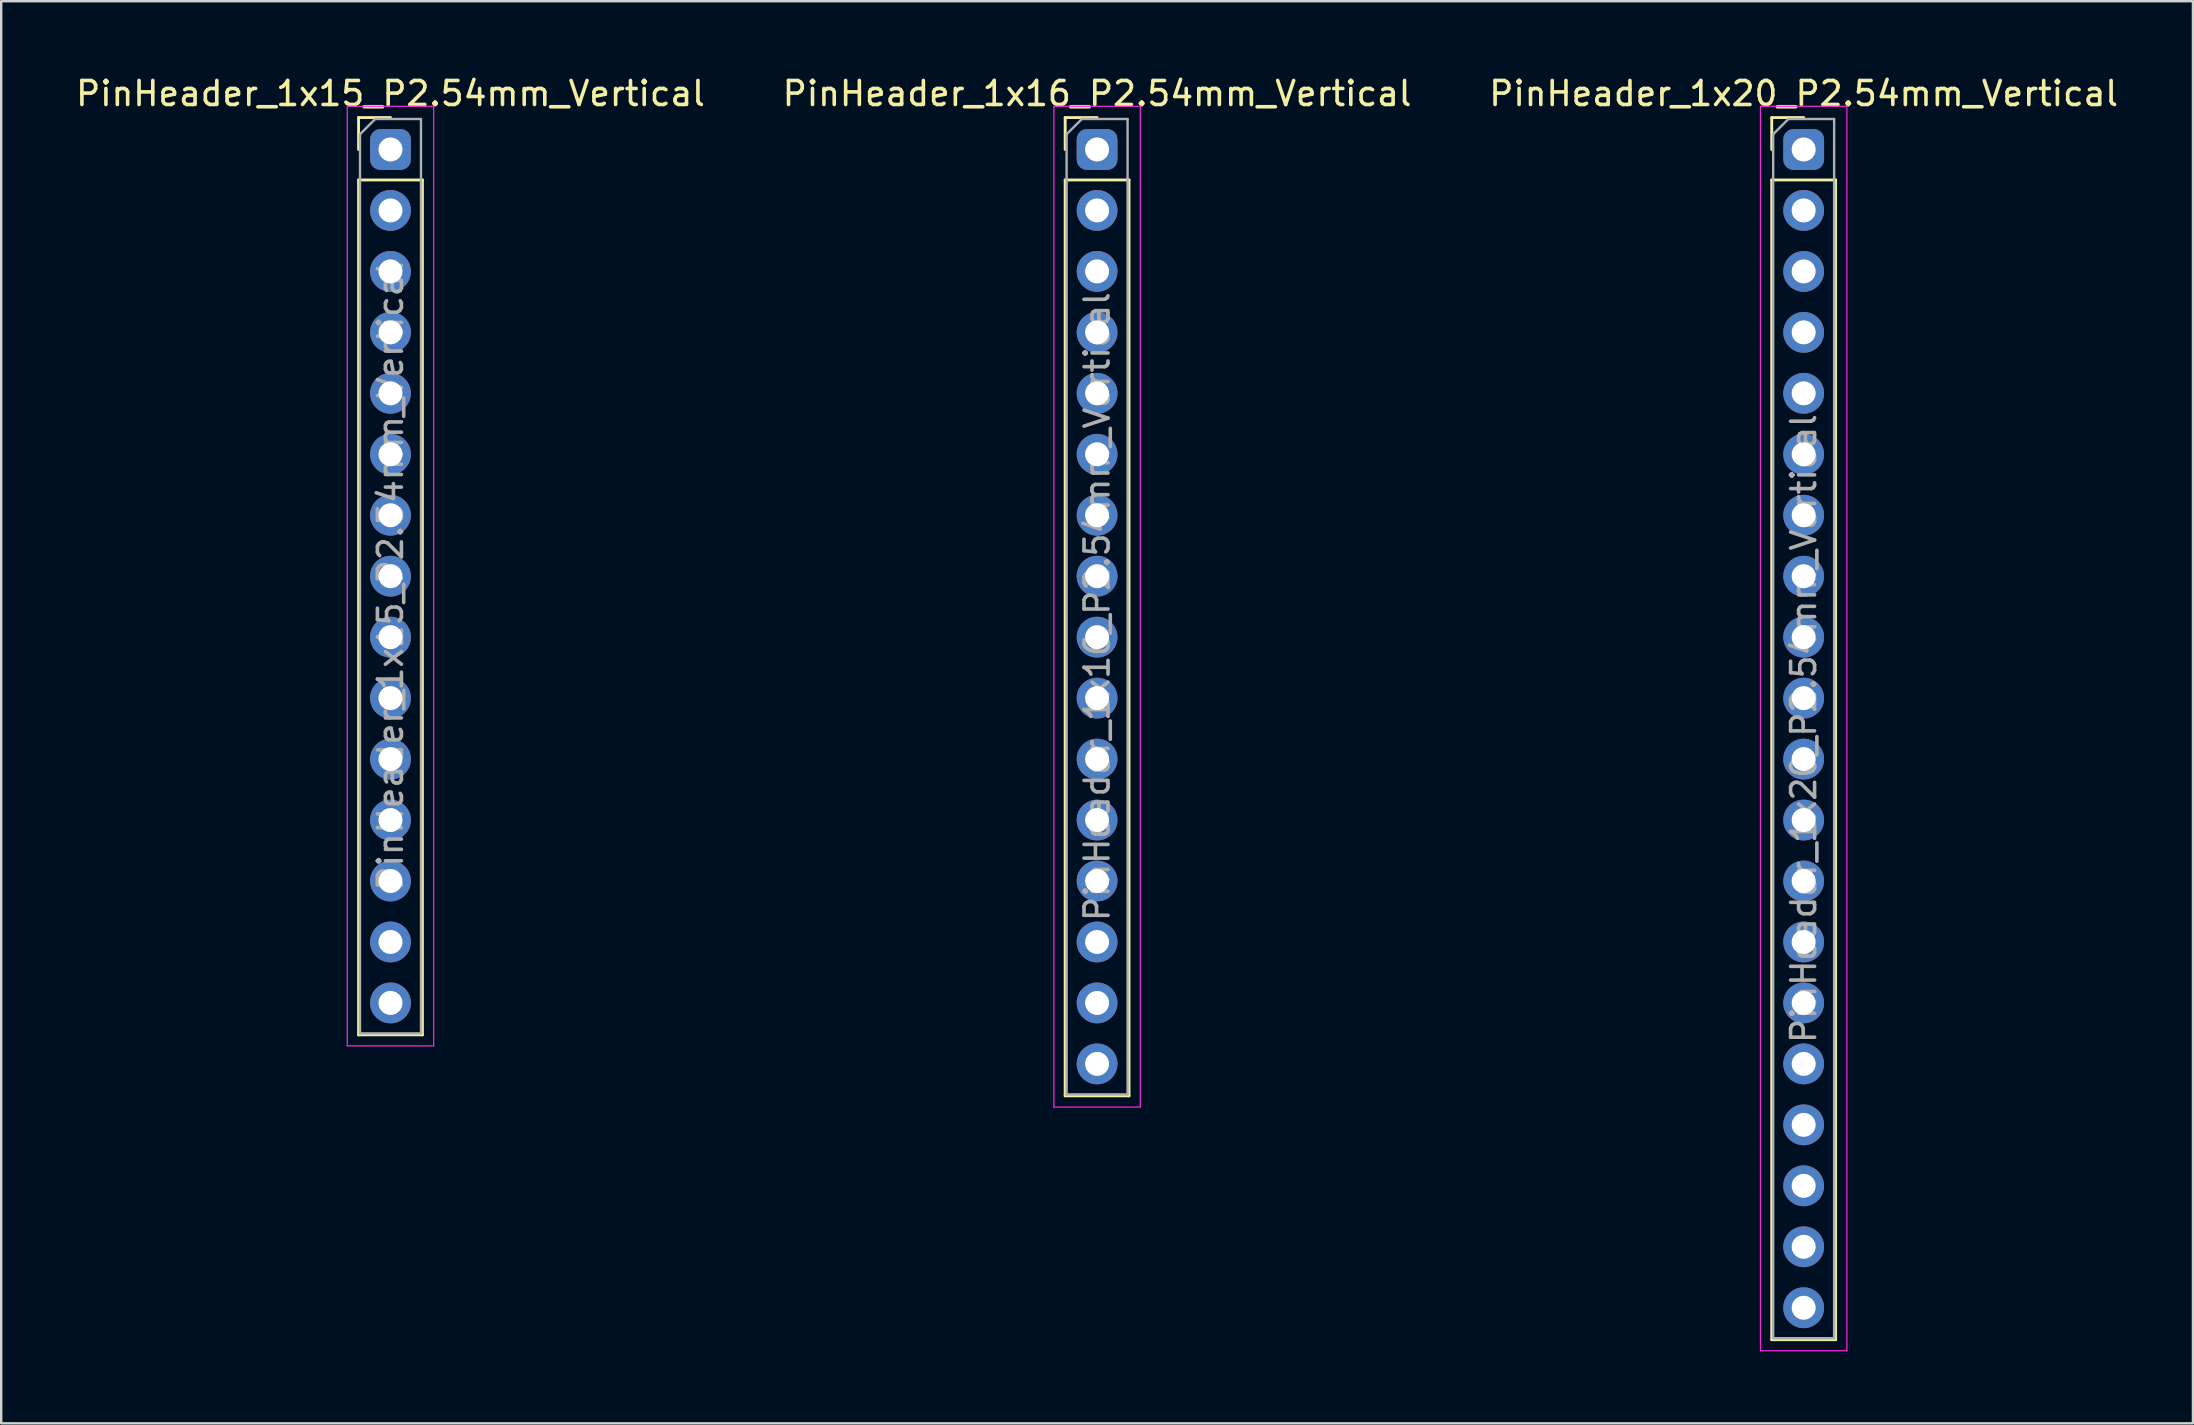
<source format=kicad_pcb>
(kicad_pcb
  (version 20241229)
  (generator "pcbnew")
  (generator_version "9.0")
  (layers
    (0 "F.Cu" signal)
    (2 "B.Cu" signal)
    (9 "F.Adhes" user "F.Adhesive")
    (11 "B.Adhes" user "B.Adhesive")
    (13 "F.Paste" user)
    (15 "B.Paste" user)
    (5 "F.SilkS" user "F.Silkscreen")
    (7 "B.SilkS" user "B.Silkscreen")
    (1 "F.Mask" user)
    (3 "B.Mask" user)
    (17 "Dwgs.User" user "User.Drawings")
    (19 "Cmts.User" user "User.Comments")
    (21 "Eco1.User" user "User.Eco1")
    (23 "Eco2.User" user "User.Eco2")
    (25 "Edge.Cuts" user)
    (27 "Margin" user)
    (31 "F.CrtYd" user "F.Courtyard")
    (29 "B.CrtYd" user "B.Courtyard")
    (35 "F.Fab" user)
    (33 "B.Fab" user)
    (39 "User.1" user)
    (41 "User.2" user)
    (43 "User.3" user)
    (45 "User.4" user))
  (footprint "PinHeader_1x20_P2.54mm_Vertical"
    (layer "F.Cu")
    (at 72.101 3.178)
    (property "Reference" "PinHeader_1x20_P2.54mm_Vertical" (at 0 -2.33 0) (layer "F.SilkS") (effects (font (size 1 1) (thickness 0.15))))
    (attr through_hole)
    (fp_line (start -1.33 -1.33) (end 0 -1.33) (stroke (width 0.12) (type solid)) (layer "F.SilkS"))
    (fp_line (start -1.33 0) (end -1.33 -1.33) (stroke (width 0.12) (type solid)) (layer "F.SilkS"))
    (fp_line (start -1.33 1.27) (end -1.33 49.59) (stroke (width 0.12) (type solid)) (layer "F.SilkS"))
    (fp_line (start -1.33 1.27) (end 1.33 1.27) (stroke (width 0.12) (type solid)) (layer "F.SilkS"))
    (fp_line (start -1.33 49.59) (end 1.33 49.59) (stroke (width 0.12) (type solid)) (layer "F.SilkS"))
    (fp_line (start 1.33 1.27) (end 1.33 49.59) (stroke (width 0.12) (type solid)) (layer "F.SilkS"))
    (fp_line (start -1.8 -1.8) (end -1.8 50.05) (stroke (width 0.05) (type solid)) (layer "F.CrtYd"))
    (fp_line (start -1.8 50.05) (end 1.8 50.05) (stroke (width 0.05) (type solid)) (layer "F.CrtYd"))
    (fp_line (start 1.8 -1.8) (end -1.8 -1.8) (stroke (width 0.05) (type solid)) (layer "F.CrtYd"))
    (fp_line (start 1.8 50.05) (end 1.8 -1.8) (stroke (width 0.05) (type solid)) (layer "F.CrtYd"))
    (fp_line (start -1.27 -0.635) (end -0.635 -1.27) (stroke (width 0.1) (type solid)) (layer "F.Fab"))
    (fp_line (start -1.27 49.53) (end -1.27 -0.635) (stroke (width 0.1) (type solid)) (layer "F.Fab"))
    (fp_line (start -0.635 -1.27) (end 1.27 -1.27) (stroke (width 0.1) (type solid)) (layer "F.Fab"))
    (fp_line (start 1.27 -1.27) (end 1.27 49.53) (stroke (width 0.1) (type solid)) (layer "F.Fab"))
    (fp_line (start 1.27 49.53) (end -1.27 49.53) (stroke (width 0.1) (type solid)) (layer "F.Fab"))
    (fp_text user "${REFERENCE}" (at 0 24.13 90) (layer "F.Fab") (effects (font (size 1 1) (thickness 0.15))))
    (pad "1" thru_hole roundrect (at 0 0) (size 1.7 1.7) (drill 1) (layers "*.Cu" "*.Mask") (roundrect_rratio 0.25))
    (pad "2" thru_hole oval (at 0 2.54) (size 1.7 1.7) (drill 1) (layers "*.Cu" "*.Mask"))
    (pad "3" thru_hole oval (at 0 5.08) (size 1.7 1.7) (drill 1) (layers "*.Cu" "*.Mask"))
    (pad "4" thru_hole oval (at 0 7.62) (size 1.7 1.7) (drill 1) (layers "*.Cu" "*.Mask"))
    (pad "5" thru_hole oval (at 0 10.16) (size 1.7 1.7) (drill 1) (layers "*.Cu" "*.Mask"))
    (pad "6" thru_hole oval (at 0 12.7) (size 1.7 1.7) (drill 1) (layers "*.Cu" "*.Mask"))
    (pad "7" thru_hole oval (at 0 15.24) (size 1.7 1.7) (drill 1) (layers "*.Cu" "*.Mask"))
    (pad "8" thru_hole oval (at 0 17.78) (size 1.7 1.7) (drill 1) (layers "*.Cu" "*.Mask"))
    (pad "9" thru_hole oval (at 0 20.32) (size 1.7 1.7) (drill 1) (layers "*.Cu" "*.Mask"))
    (pad "10" thru_hole oval (at 0 22.86) (size 1.7 1.7) (drill 1) (layers "*.Cu" "*.Mask"))
    (pad "11" thru_hole oval (at 0 25.4) (size 1.7 1.7) (drill 1) (layers "*.Cu" "*.Mask"))
    (pad "12" thru_hole oval (at 0 27.94) (size 1.7 1.7) (drill 1) (layers "*.Cu" "*.Mask"))
    (pad "13" thru_hole oval (at 0 30.48) (size 1.7 1.7) (drill 1) (layers "*.Cu" "*.Mask"))
    (pad "14" thru_hole oval (at 0 33.02) (size 1.7 1.7) (drill 1) (layers "*.Cu" "*.Mask"))
    (pad "15" thru_hole oval (at 0 35.56) (size 1.7 1.7) (drill 1) (layers "*.Cu" "*.Mask"))
    (pad "16" thru_hole oval (at 0 38.1) (size 1.7 1.7) (drill 1) (layers "*.Cu" "*.Mask"))
    (pad "17" thru_hole oval (at 0 40.64) (size 1.7 1.7) (drill 1) (layers "*.Cu" "*.Mask"))
    (pad "18" thru_hole oval (at 0 43.18) (size 1.7 1.7) (drill 1) (layers "*.Cu" "*.Mask"))
    (pad "19" thru_hole oval (at 0 45.72) (size 1.7 1.7) (drill 1) (layers "*.Cu" "*.Mask"))
    (pad "20" thru_hole oval (at 0 48.26) (size 1.7 1.7) (drill 1) (layers "*.Cu" "*.Mask")))
  (footprint "PinHeader_1x15_P2.54mm_Vertical"
    (layer "F.Cu")
    (at 13.22 3.178)
    (property "Reference" "PinHeader_1x15_P2.54mm_Vertical" (at 0 -2.33 0) (layer "F.SilkS") (effects (font (size 1 1) (thickness 0.15))))
    (attr through_hole)
    (fp_line (start -1.33 -1.33) (end 0 -1.33) (stroke (width 0.12) (type solid)) (layer "F.SilkS"))
    (fp_line (start -1.33 0) (end -1.33 -1.33) (stroke (width 0.12) (type solid)) (layer "F.SilkS"))
    (fp_line (start -1.33 1.27) (end -1.33 36.89) (stroke (width 0.12) (type solid)) (layer "F.SilkS"))
    (fp_line (start -1.33 1.27) (end 1.33 1.27) (stroke (width 0.12) (type solid)) (layer "F.SilkS"))
    (fp_line (start -1.33 36.89) (end 1.33 36.89) (stroke (width 0.12) (type solid)) (layer "F.SilkS"))
    (fp_line (start 1.33 1.27) (end 1.33 36.89) (stroke (width 0.12) (type solid)) (layer "F.SilkS"))
    (fp_line (start -1.8 -1.8) (end -1.8 37.35) (stroke (width 0.05) (type solid)) (layer "F.CrtYd"))
    (fp_line (start -1.8 37.35) (end 1.8 37.35) (stroke (width 0.05) (type solid)) (layer "F.CrtYd"))
    (fp_line (start 1.8 -1.8) (end -1.8 -1.8) (stroke (width 0.05) (type solid)) (layer "F.CrtYd"))
    (fp_line (start 1.8 37.35) (end 1.8 -1.8) (stroke (width 0.05) (type solid)) (layer "F.CrtYd"))
    (fp_line (start -1.27 -0.635) (end -0.635 -1.27) (stroke (width 0.1) (type solid)) (layer "F.Fab"))
    (fp_line (start -1.27 36.83) (end -1.27 -0.635) (stroke (width 0.1) (type solid)) (layer "F.Fab"))
    (fp_line (start -0.635 -1.27) (end 1.27 -1.27) (stroke (width 0.1) (type solid)) (layer "F.Fab"))
    (fp_line (start 1.27 -1.27) (end 1.27 36.83) (stroke (width 0.1) (type solid)) (layer "F.Fab"))
    (fp_line (start 1.27 36.83) (end -1.27 36.83) (stroke (width 0.1) (type solid)) (layer "F.Fab"))
    (fp_text user "${REFERENCE}" (at 0 17.78 90) (layer "F.Fab") (effects (font (size 1 1) (thickness 0.15))))
    (pad "1" thru_hole roundrect (at 0 0) (size 1.7 1.7) (drill 1) (layers "*.Cu" "*.Mask") (roundrect_rratio 0.25))
    (pad "2" thru_hole oval (at 0 2.54) (size 1.7 1.7) (drill 1) (layers "*.Cu" "*.Mask"))
    (pad "3" thru_hole oval (at 0 5.08) (size 1.7 1.7) (drill 1) (layers "*.Cu" "*.Mask"))
    (pad "4" thru_hole oval (at 0 7.62) (size 1.7 1.7) (drill 1) (layers "*.Cu" "*.Mask"))
    (pad "5" thru_hole oval (at 0 10.16) (size 1.7 1.7) (drill 1) (layers "*.Cu" "*.Mask"))
    (pad "6" thru_hole oval (at 0 12.7) (size 1.7 1.7) (drill 1) (layers "*.Cu" "*.Mask"))
    (pad "7" thru_hole oval (at 0 15.24) (size 1.7 1.7) (drill 1) (layers "*.Cu" "*.Mask"))
    (pad "8" thru_hole oval (at 0 17.78) (size 1.7 1.7) (drill 1) (layers "*.Cu" "*.Mask"))
    (pad "9" thru_hole oval (at 0 20.32) (size 1.7 1.7) (drill 1) (layers "*.Cu" "*.Mask"))
    (pad "10" thru_hole oval (at 0 22.86) (size 1.7 1.7) (drill 1) (layers "*.Cu" "*.Mask"))
    (pad "11" thru_hole oval (at 0 25.4) (size 1.7 1.7) (drill 1) (layers "*.Cu" "*.Mask"))
    (pad "12" thru_hole oval (at 0 27.94) (size 1.7 1.7) (drill 1) (layers "*.Cu" "*.Mask"))
    (pad "13" thru_hole oval (at 0 30.48) (size 1.7 1.7) (drill 1) (layers "*.Cu" "*.Mask"))
    (pad "14" thru_hole oval (at 0 33.02) (size 1.7 1.7) (drill 1) (layers "*.Cu" "*.Mask"))
    (pad "15" thru_hole oval (at 0 35.56) (size 1.7 1.7) (drill 1) (layers "*.Cu" "*.Mask")))
  (footprint "PinHeader_1x16_P2.54mm_Vertical"
    (layer "F.Cu")
    (at 42.661 3.178)
    (property "Reference" "PinHeader_1x16_P2.54mm_Vertical" (at 0 -2.33 0) (layer "F.SilkS") (effects (font (size 1 1) (thickness 0.15))))
    (attr through_hole)
    (fp_line (start -1.33 -1.33) (end 0 -1.33) (stroke (width 0.12) (type solid)) (layer "F.SilkS"))
    (fp_line (start -1.33 0) (end -1.33 -1.33) (stroke (width 0.12) (type solid)) (layer "F.SilkS"))
    (fp_line (start -1.33 1.27) (end -1.33 39.43) (stroke (width 0.12) (type solid)) (layer "F.SilkS"))
    (fp_line (start -1.33 1.27) (end 1.33 1.27) (stroke (width 0.12) (type solid)) (layer "F.SilkS"))
    (fp_line (start -1.33 39.43) (end 1.33 39.43) (stroke (width 0.12) (type solid)) (layer "F.SilkS"))
    (fp_line (start 1.33 1.27) (end 1.33 39.43) (stroke (width 0.12) (type solid)) (layer "F.SilkS"))
    (fp_line (start -1.8 -1.8) (end -1.8 39.9) (stroke (width 0.05) (type solid)) (layer "F.CrtYd"))
    (fp_line (start -1.8 39.9) (end 1.8 39.9) (stroke (width 0.05) (type solid)) (layer "F.CrtYd"))
    (fp_line (start 1.8 -1.8) (end -1.8 -1.8) (stroke (width 0.05) (type solid)) (layer "F.CrtYd"))
    (fp_line (start 1.8 39.9) (end 1.8 -1.8) (stroke (width 0.05) (type solid)) (layer "F.CrtYd"))
    (fp_line (start -1.27 -0.635) (end -0.635 -1.27) (stroke (width 0.1) (type solid)) (layer "F.Fab"))
    (fp_line (start -1.27 39.37) (end -1.27 -0.635) (stroke (width 0.1) (type solid)) (layer "F.Fab"))
    (fp_line (start -0.635 -1.27) (end 1.27 -1.27) (stroke (width 0.1) (type solid)) (layer "F.Fab"))
    (fp_line (start 1.27 -1.27) (end 1.27 39.37) (stroke (width 0.1) (type solid)) (layer "F.Fab"))
    (fp_line (start 1.27 39.37) (end -1.27 39.37) (stroke (width 0.1) (type solid)) (layer "F.Fab"))
    (fp_text user "${REFERENCE}" (at 0 19.05 90) (layer "F.Fab") (effects (font (size 1 1) (thickness 0.15))))
    (pad "1" thru_hole roundrect (at 0 0) (size 1.7 1.7) (drill 1) (layers "*.Cu" "*.Mask") (roundrect_rratio 0.25))
    (pad "2" thru_hole oval (at 0 2.54) (size 1.7 1.7) (drill 1) (layers "*.Cu" "*.Mask"))
    (pad "3" thru_hole oval (at 0 5.08) (size 1.7 1.7) (drill 1) (layers "*.Cu" "*.Mask"))
    (pad "4" thru_hole oval (at 0 7.62) (size 1.7 1.7) (drill 1) (layers "*.Cu" "*.Mask"))
    (pad "5" thru_hole oval (at 0 10.16) (size 1.7 1.7) (drill 1) (layers "*.Cu" "*.Mask"))
    (pad "6" thru_hole oval (at 0 12.7) (size 1.7 1.7) (drill 1) (layers "*.Cu" "*.Mask"))
    (pad "7" thru_hole oval (at 0 15.24) (size 1.7 1.7) (drill 1) (layers "*.Cu" "*.Mask"))
    (pad "8" thru_hole oval (at 0 17.78) (size 1.7 1.7) (drill 1) (layers "*.Cu" "*.Mask"))
    (pad "9" thru_hole oval (at 0 20.32) (size 1.7 1.7) (drill 1) (layers "*.Cu" "*.Mask"))
    (pad "10" thru_hole oval (at 0 22.86) (size 1.7 1.7) (drill 1) (layers "*.Cu" "*.Mask"))
    (pad "11" thru_hole oval (at 0 25.4) (size 1.7 1.7) (drill 1) (layers "*.Cu" "*.Mask"))
    (pad "12" thru_hole oval (at 0 27.94) (size 1.7 1.7) (drill 1) (layers "*.Cu" "*.Mask"))
    (pad "13" thru_hole oval (at 0 30.48) (size 1.7 1.7) (drill 1) (layers "*.Cu" "*.Mask"))
    (pad "14" thru_hole oval (at 0 33.02) (size 1.7 1.7) (drill 1) (layers "*.Cu" "*.Mask"))
    (pad "15" thru_hole oval (at 0 35.56) (size 1.7 1.7) (drill 1) (layers "*.Cu" "*.Mask"))
    (pad "16" thru_hole oval (at 0 38.1) (size 1.7 1.7) (drill 1) (layers "*.Cu" "*.Mask")))
  (gr_rect
    (start -3 -3)
    (end 88.321 56.253)
    (stroke (width 0.1) (type default))
    (fill no)
    (layer "Edge.Cuts")))
</source>
